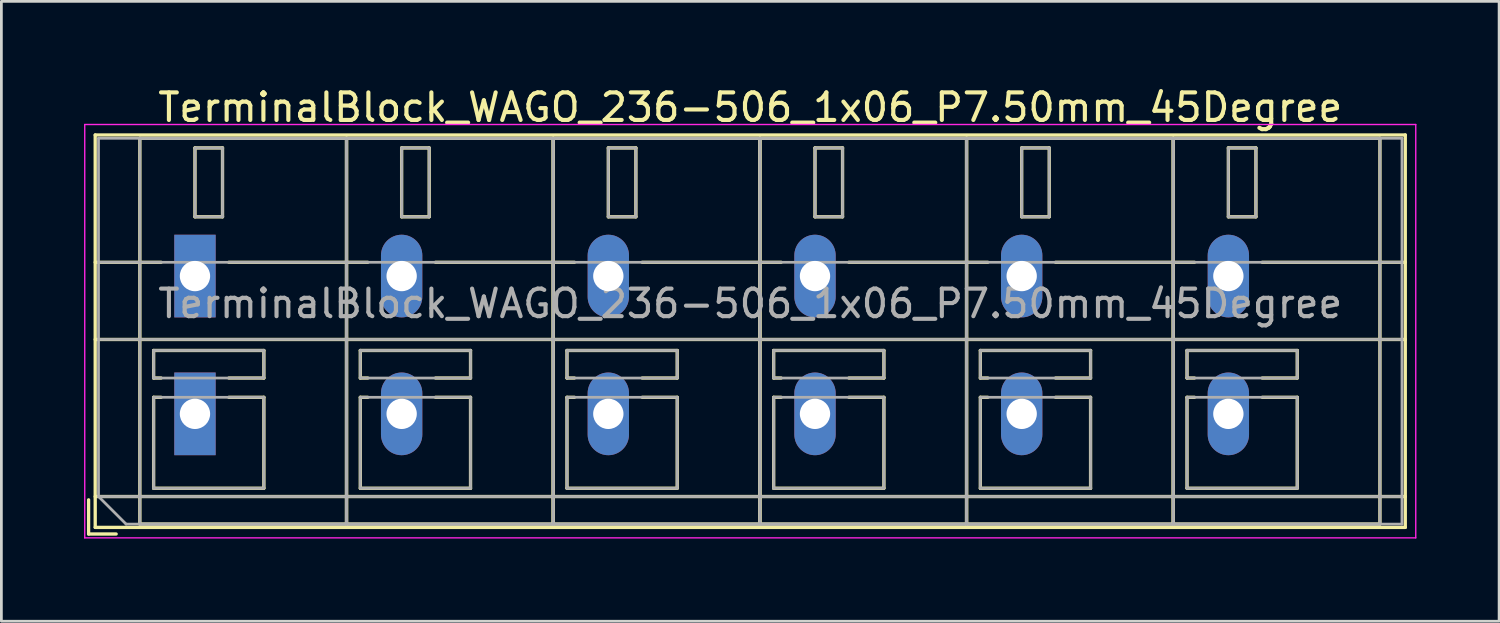
<source format=kicad_pcb>
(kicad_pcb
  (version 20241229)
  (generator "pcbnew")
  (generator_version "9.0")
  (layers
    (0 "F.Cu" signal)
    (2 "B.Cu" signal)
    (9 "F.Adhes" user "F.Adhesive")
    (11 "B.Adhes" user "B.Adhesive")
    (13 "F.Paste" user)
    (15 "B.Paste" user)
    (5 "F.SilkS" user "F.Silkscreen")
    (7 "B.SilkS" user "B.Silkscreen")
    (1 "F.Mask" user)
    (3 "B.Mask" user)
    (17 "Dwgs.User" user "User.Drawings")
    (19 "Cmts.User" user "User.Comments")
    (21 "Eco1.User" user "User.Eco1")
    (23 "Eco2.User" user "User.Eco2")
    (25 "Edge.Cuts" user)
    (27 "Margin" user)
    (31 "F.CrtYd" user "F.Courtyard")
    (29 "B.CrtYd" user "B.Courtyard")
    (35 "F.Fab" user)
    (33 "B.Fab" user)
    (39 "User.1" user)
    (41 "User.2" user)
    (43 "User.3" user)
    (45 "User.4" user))
  (footprint "TerminalBlock_WAGO_236-506_1x06_P7.50mm_45Degree"
    (layer "F.Cu")
    (at 4.025 6.968)
    (property "Reference" "TerminalBlock_WAGO_236-506_1x06_P7.50mm_45Degree" (at 20.15 -6.12 0) (layer "F.SilkS") (effects (font (size 1 1) (thickness 0.15))))
    (attr through_hole)
    (fp_line (start -3.86 8.12) (end -3.86 9.36) (stroke (width 0.12) (type solid)) (layer "F.SilkS"))
    (fp_line (start -3.86 9.36) (end -2.86 9.36) (stroke (width 0.12) (type solid)) (layer "F.SilkS"))
    (fp_line (start -3.62 -5.12) (end -3.62 9.12) (stroke (width 0.12) (type solid)) (layer "F.SilkS"))
    (fp_line (start -3.62 -5.12) (end 43.92 -5.12) (stroke (width 0.12) (type solid)) (layer "F.SilkS"))
    (fp_line (start -3.62 -0.5) (end -1.23 -0.5) (stroke (width 0.12) (type solid)) (layer "F.SilkS"))
    (fp_line (start -3.62 2.3) (end 43.92 2.3) (stroke (width 0.12) (type solid)) (layer "F.SilkS"))
    (fp_line (start -3.62 8) (end 43.92 8) (stroke (width 0.12) (type solid)) (layer "F.SilkS"))
    (fp_line (start -3.62 9.12) (end 43.92 9.12) (stroke (width 0.12) (type solid)) (layer "F.SilkS"))
    (fp_line (start -2 -5) (end -2 9) (stroke (width 0.12) (type solid)) (layer "F.SilkS"))
    (fp_line (start -2 -5) (end 5.5 -5) (stroke (width 0.12) (type solid)) (layer "F.SilkS"))
    (fp_line (start -2 9) (end 5.5 9) (stroke (width 0.12) (type solid)) (layer "F.SilkS"))
    (fp_line (start -1.5 2.7) (end -1.5 3.7) (stroke (width 0.12) (type solid)) (layer "F.SilkS"))
    (fp_line (start -1.5 2.7) (end 2.5 2.7) (stroke (width 0.12) (type solid)) (layer "F.SilkS"))
    (fp_line (start -1.5 3.7) (end -1.23 3.7) (stroke (width 0.12) (type solid)) (layer "F.SilkS"))
    (fp_line (start -1.5 4.4) (end -1.5 7.7) (stroke (width 0.12) (type solid)) (layer "F.SilkS"))
    (fp_line (start -1.5 4.4) (end -1.23 4.4) (stroke (width 0.12) (type solid)) (layer "F.SilkS"))
    (fp_line (start -1.5 7.7) (end 2.5 7.7) (stroke (width 0.12) (type solid)) (layer "F.SilkS"))
    (fp_line (start 0 -4.65) (end 0 -2.151) (stroke (width 0.12) (type solid)) (layer "F.SilkS"))
    (fp_line (start 0 -4.65) (end 1 -4.65) (stroke (width 0.12) (type solid)) (layer "F.SilkS"))
    (fp_line (start 0 -2.151) (end 1 -2.151) (stroke (width 0.12) (type solid)) (layer "F.SilkS"))
    (fp_line (start 1 -4.65) (end 1 -2.151) (stroke (width 0.12) (type solid)) (layer "F.SilkS"))
    (fp_line (start 1.23 -0.5) (end 6.27 -0.5) (stroke (width 0.12) (type solid)) (layer "F.SilkS"))
    (fp_line (start 1.23 3.7) (end 2.5 3.7) (stroke (width 0.12) (type solid)) (layer "F.SilkS"))
    (fp_line (start 1.23 4.4) (end 2.5 4.4) (stroke (width 0.12) (type solid)) (layer "F.SilkS"))
    (fp_line (start 2.5 2.7) (end 2.5 3.7) (stroke (width 0.12) (type solid)) (layer "F.SilkS"))
    (fp_line (start 2.5 4.4) (end 2.5 7.7) (stroke (width 0.12) (type solid)) (layer "F.SilkS"))
    (fp_line (start 5.5 -5) (end 5.5 9) (stroke (width 0.12) (type solid)) (layer "F.SilkS"))
    (fp_line (start 5.5 -5) (end 5.5 9) (stroke (width 0.12) (type solid)) (layer "F.SilkS"))
    (fp_line (start 5.5 -5) (end 13 -5) (stroke (width 0.12) (type solid)) (layer "F.SilkS"))
    (fp_line (start 5.5 9) (end 13 9) (stroke (width 0.12) (type solid)) (layer "F.SilkS"))
    (fp_line (start 6 2.7) (end 6 3.7) (stroke (width 0.12) (type solid)) (layer "F.SilkS"))
    (fp_line (start 6 2.7) (end 10 2.7) (stroke (width 0.12) (type solid)) (layer "F.SilkS"))
    (fp_line (start 6 3.7) (end 6.27 3.7) (stroke (width 0.12) (type solid)) (layer "F.SilkS"))
    (fp_line (start 6 4.4) (end 6 7.7) (stroke (width 0.12) (type solid)) (layer "F.SilkS"))
    (fp_line (start 6 4.4) (end 6.27 4.4) (stroke (width 0.12) (type solid)) (layer "F.SilkS"))
    (fp_line (start 6 7.7) (end 10 7.7) (stroke (width 0.12) (type solid)) (layer "F.SilkS"))
    (fp_line (start 7.5 -4.65) (end 7.5 -2.151) (stroke (width 0.12) (type solid)) (layer "F.SilkS"))
    (fp_line (start 7.5 -4.65) (end 8.5 -4.65) (stroke (width 0.12) (type solid)) (layer "F.SilkS"))
    (fp_line (start 7.5 -2.151) (end 8.5 -2.151) (stroke (width 0.12) (type solid)) (layer "F.SilkS"))
    (fp_line (start 8.5 -4.65) (end 8.5 -2.151) (stroke (width 0.12) (type solid)) (layer "F.SilkS"))
    (fp_line (start 8.73 -0.5) (end 13.77 -0.5) (stroke (width 0.12) (type solid)) (layer "F.SilkS"))
    (fp_line (start 8.73 3.7) (end 10 3.7) (stroke (width 0.12) (type solid)) (layer "F.SilkS"))
    (fp_line (start 8.73 4.4) (end 10 4.4) (stroke (width 0.12) (type solid)) (layer "F.SilkS"))
    (fp_line (start 10 2.7) (end 10 3.7) (stroke (width 0.12) (type solid)) (layer "F.SilkS"))
    (fp_line (start 10 4.4) (end 10 7.7) (stroke (width 0.12) (type solid)) (layer "F.SilkS"))
    (fp_line (start 13 -5) (end 13 9) (stroke (width 0.12) (type solid)) (layer "F.SilkS"))
    (fp_line (start 13 -5) (end 13 9) (stroke (width 0.12) (type solid)) (layer "F.SilkS"))
    (fp_line (start 13 -5) (end 20.5 -5) (stroke (width 0.12) (type solid)) (layer "F.SilkS"))
    (fp_line (start 13 9) (end 20.5 9) (stroke (width 0.12) (type solid)) (layer "F.SilkS"))
    (fp_line (start 13.5 2.7) (end 13.5 3.7) (stroke (width 0.12) (type solid)) (layer "F.SilkS"))
    (fp_line (start 13.5 2.7) (end 17.5 2.7) (stroke (width 0.12) (type solid)) (layer "F.SilkS"))
    (fp_line (start 13.5 3.7) (end 13.77 3.7) (stroke (width 0.12) (type solid)) (layer "F.SilkS"))
    (fp_line (start 13.5 4.4) (end 13.5 7.7) (stroke (width 0.12) (type solid)) (layer "F.SilkS"))
    (fp_line (start 13.5 4.4) (end 13.77 4.4) (stroke (width 0.12) (type solid)) (layer "F.SilkS"))
    (fp_line (start 13.5 7.7) (end 17.5 7.7) (stroke (width 0.12) (type solid)) (layer "F.SilkS"))
    (fp_line (start 15 -4.65) (end 15 -2.151) (stroke (width 0.12) (type solid)) (layer "F.SilkS"))
    (fp_line (start 15 -4.65) (end 16 -4.65) (stroke (width 0.12) (type solid)) (layer "F.SilkS"))
    (fp_line (start 15 -2.151) (end 16 -2.151) (stroke (width 0.12) (type solid)) (layer "F.SilkS"))
    (fp_line (start 16 -4.65) (end 16 -2.151) (stroke (width 0.12) (type solid)) (layer "F.SilkS"))
    (fp_line (start 16.23 -0.5) (end 21.27 -0.5) (stroke (width 0.12) (type solid)) (layer "F.SilkS"))
    (fp_line (start 16.23 3.7) (end 17.5 3.7) (stroke (width 0.12) (type solid)) (layer "F.SilkS"))
    (fp_line (start 16.23 4.4) (end 17.5 4.4) (stroke (width 0.12) (type solid)) (layer "F.SilkS"))
    (fp_line (start 17.5 2.7) (end 17.5 3.7) (stroke (width 0.12) (type solid)) (layer "F.SilkS"))
    (fp_line (start 17.5 4.4) (end 17.5 7.7) (stroke (width 0.12) (type solid)) (layer "F.SilkS"))
    (fp_line (start 20.5 -5) (end 20.5 9) (stroke (width 0.12) (type solid)) (layer "F.SilkS"))
    (fp_line (start 20.5 -5) (end 20.5 9) (stroke (width 0.12) (type solid)) (layer "F.SilkS"))
    (fp_line (start 20.5 -5) (end 28 -5) (stroke (width 0.12) (type solid)) (layer "F.SilkS"))
    (fp_line (start 20.5 9) (end 28 9) (stroke (width 0.12) (type solid)) (layer "F.SilkS"))
    (fp_line (start 21 2.7) (end 21 3.7) (stroke (width 0.12) (type solid)) (layer "F.SilkS"))
    (fp_line (start 21 2.7) (end 25 2.7) (stroke (width 0.12) (type solid)) (layer "F.SilkS"))
    (fp_line (start 21 3.7) (end 21.27 3.7) (stroke (width 0.12) (type solid)) (layer "F.SilkS"))
    (fp_line (start 21 4.4) (end 21 7.7) (stroke (width 0.12) (type solid)) (layer "F.SilkS"))
    (fp_line (start 21 4.4) (end 21.27 4.4) (stroke (width 0.12) (type solid)) (layer "F.SilkS"))
    (fp_line (start 21 7.7) (end 25 7.7) (stroke (width 0.12) (type solid)) (layer "F.SilkS"))
    (fp_line (start 22.5 -4.65) (end 22.5 -2.151) (stroke (width 0.12) (type solid)) (layer "F.SilkS"))
    (fp_line (start 22.5 -4.65) (end 23.5 -4.65) (stroke (width 0.12) (type solid)) (layer "F.SilkS"))
    (fp_line (start 22.5 -2.151) (end 23.5 -2.151) (stroke (width 0.12) (type solid)) (layer "F.SilkS"))
    (fp_line (start 23.5 -4.65) (end 23.5 -2.151) (stroke (width 0.12) (type solid)) (layer "F.SilkS"))
    (fp_line (start 23.73 -0.5) (end 28.77 -0.5) (stroke (width 0.12) (type solid)) (layer "F.SilkS"))
    (fp_line (start 23.73 3.7) (end 25 3.7) (stroke (width 0.12) (type solid)) (layer "F.SilkS"))
    (fp_line (start 23.73 4.4) (end 25 4.4) (stroke (width 0.12) (type solid)) (layer "F.SilkS"))
    (fp_line (start 25 2.7) (end 25 3.7) (stroke (width 0.12) (type solid)) (layer "F.SilkS"))
    (fp_line (start 25 4.4) (end 25 7.7) (stroke (width 0.12) (type solid)) (layer "F.SilkS"))
    (fp_line (start 28 -5) (end 28 9) (stroke (width 0.12) (type solid)) (layer "F.SilkS"))
    (fp_line (start 28 -5) (end 28 9) (stroke (width 0.12) (type solid)) (layer "F.SilkS"))
    (fp_line (start 28 -5) (end 35.5 -5) (stroke (width 0.12) (type solid)) (layer "F.SilkS"))
    (fp_line (start 28 9) (end 35.5 9) (stroke (width 0.12) (type solid)) (layer "F.SilkS"))
    (fp_line (start 28.5 2.7) (end 28.5 3.7) (stroke (width 0.12) (type solid)) (layer "F.SilkS"))
    (fp_line (start 28.5 2.7) (end 32.5 2.7) (stroke (width 0.12) (type solid)) (layer "F.SilkS"))
    (fp_line (start 28.5 3.7) (end 28.77 3.7) (stroke (width 0.12) (type solid)) (layer "F.SilkS"))
    (fp_line (start 28.5 4.4) (end 28.5 7.7) (stroke (width 0.12) (type solid)) (layer "F.SilkS"))
    (fp_line (start 28.5 4.4) (end 28.77 4.4) (stroke (width 0.12) (type solid)) (layer "F.SilkS"))
    (fp_line (start 28.5 7.7) (end 32.5 7.7) (stroke (width 0.12) (type solid)) (layer "F.SilkS"))
    (fp_line (start 30 -4.65) (end 30 -2.151) (stroke (width 0.12) (type solid)) (layer "F.SilkS"))
    (fp_line (start 30 -4.65) (end 31 -4.65) (stroke (width 0.12) (type solid)) (layer "F.SilkS"))
    (fp_line (start 30 -2.151) (end 31 -2.151) (stroke (width 0.12) (type solid)) (layer "F.SilkS"))
    (fp_line (start 31 -4.65) (end 31 -2.151) (stroke (width 0.12) (type solid)) (layer "F.SilkS"))
    (fp_line (start 31.23 -0.5) (end 36.27 -0.5) (stroke (width 0.12) (type solid)) (layer "F.SilkS"))
    (fp_line (start 31.23 3.7) (end 32.5 3.7) (stroke (width 0.12) (type solid)) (layer "F.SilkS"))
    (fp_line (start 31.23 4.4) (end 32.5 4.4) (stroke (width 0.12) (type solid)) (layer "F.SilkS"))
    (fp_line (start 32.5 2.7) (end 32.5 3.7) (stroke (width 0.12) (type solid)) (layer "F.SilkS"))
    (fp_line (start 32.5 4.4) (end 32.5 7.7) (stroke (width 0.12) (type solid)) (layer "F.SilkS"))
    (fp_line (start 35.5 -5) (end 35.5 9) (stroke (width 0.12) (type solid)) (layer "F.SilkS"))
    (fp_line (start 35.5 -5) (end 35.5 9) (stroke (width 0.12) (type solid)) (layer "F.SilkS"))
    (fp_line (start 35.5 -5) (end 43 -5) (stroke (width 0.12) (type solid)) (layer "F.SilkS"))
    (fp_line (start 35.5 9) (end 43 9) (stroke (width 0.12) (type solid)) (layer "F.SilkS"))
    (fp_line (start 36 2.7) (end 36 3.7) (stroke (width 0.12) (type solid)) (layer "F.SilkS"))
    (fp_line (start 36 2.7) (end 40 2.7) (stroke (width 0.12) (type solid)) (layer "F.SilkS"))
    (fp_line (start 36 3.7) (end 36.27 3.7) (stroke (width 0.12) (type solid)) (layer "F.SilkS"))
    (fp_line (start 36 4.4) (end 36 7.7) (stroke (width 0.12) (type solid)) (layer "F.SilkS"))
    (fp_line (start 36 4.4) (end 36.27 4.4) (stroke (width 0.12) (type solid)) (layer "F.SilkS"))
    (fp_line (start 36 7.7) (end 40 7.7) (stroke (width 0.12) (type solid)) (layer "F.SilkS"))
    (fp_line (start 37.5 -4.65) (end 37.5 -2.151) (stroke (width 0.12) (type solid)) (layer "F.SilkS"))
    (fp_line (start 37.5 -4.65) (end 38.5 -4.65) (stroke (width 0.12) (type solid)) (layer "F.SilkS"))
    (fp_line (start 37.5 -2.151) (end 38.5 -2.151) (stroke (width 0.12) (type solid)) (layer "F.SilkS"))
    (fp_line (start 38.5 -4.65) (end 38.5 -2.151) (stroke (width 0.12) (type solid)) (layer "F.SilkS"))
    (fp_line (start 38.73 -0.5) (end 43.92 -0.5) (stroke (width 0.12) (type solid)) (layer "F.SilkS"))
    (fp_line (start 38.73 3.7) (end 40 3.7) (stroke (width 0.12) (type solid)) (layer "F.SilkS"))
    (fp_line (start 38.73 4.4) (end 40 4.4) (stroke (width 0.12) (type solid)) (layer "F.SilkS"))
    (fp_line (start 40 2.7) (end 40 3.7) (stroke (width 0.12) (type solid)) (layer "F.SilkS"))
    (fp_line (start 40 4.4) (end 40 7.7) (stroke (width 0.12) (type solid)) (layer "F.SilkS"))
    (fp_line (start 43 -5) (end 43 9) (stroke (width 0.12) (type solid)) (layer "F.SilkS"))
    (fp_line (start 43.92 -5.12) (end 43.92 9.12) (stroke (width 0.12) (type solid)) (layer "F.SilkS"))
    (fp_line (start -4 -5.5) (end -4 9.5) (stroke (width 0.05) (type solid)) (layer "F.CrtYd"))
    (fp_line (start -4 9.5) (end 44.3 9.5) (stroke (width 0.05) (type solid)) (layer "F.CrtYd"))
    (fp_line (start 44.3 -5.5) (end -4 -5.5) (stroke (width 0.05) (type solid)) (layer "F.CrtYd"))
    (fp_line (start 44.3 9.5) (end 44.3 -5.5) (stroke (width 0.05) (type solid)) (layer "F.CrtYd"))
    (fp_line (start -3.5 -5) (end 43.8 -5) (stroke (width 0.1) (type solid)) (layer "F.Fab"))
    (fp_line (start -3.5 -0.5) (end 43.8 -0.5) (stroke (width 0.1) (type solid)) (layer "F.Fab"))
    (fp_line (start -3.5 2.3) (end 43.8 2.3) (stroke (width 0.1) (type solid)) (layer "F.Fab"))
    (fp_line (start -3.5 8) (end -3.5 -5) (stroke (width 0.1) (type solid)) (layer "F.Fab"))
    (fp_line (start -3.5 8) (end 43.8 8) (stroke (width 0.1) (type solid)) (layer "F.Fab"))
    (fp_line (start -2.5 9) (end -3.5 8) (stroke (width 0.1) (type solid)) (layer "F.Fab"))
    (fp_line (start -2 -5) (end -2 9) (stroke (width 0.1) (type solid)) (layer "F.Fab"))
    (fp_line (start -2 9) (end 5.5 9) (stroke (width 0.1) (type solid)) (layer "F.Fab"))
    (fp_line (start -1.5 2.7) (end -1.5 3.7) (stroke (width 0.1) (type solid)) (layer "F.Fab"))
    (fp_line (start -1.5 3.7) (end 2.5 3.7) (stroke (width 0.1) (type solid)) (layer "F.Fab"))
    (fp_line (start -1.5 4.4) (end -1.5 7.7) (stroke (width 0.1) (type solid)) (layer "F.Fab"))
    (fp_line (start -1.5 7.7) (end 2.5 7.7) (stroke (width 0.1) (type solid)) (layer "F.Fab"))
    (fp_line (start 0 -4.65) (end 0 -2.15) (stroke (width 0.1) (type solid)) (layer "F.Fab"))
    (fp_line (start 0 -2.15) (end 1 -2.15) (stroke (width 0.1) (type solid)) (layer "F.Fab"))
    (fp_line (start 1 -4.65) (end 0 -4.65) (stroke (width 0.1) (type solid)) (layer "F.Fab"))
    (fp_line (start 1 -2.15) (end 1 -4.65) (stroke (width 0.1) (type solid)) (layer "F.Fab"))
    (fp_line (start 2.5 2.7) (end -1.5 2.7) (stroke (width 0.1) (type solid)) (layer "F.Fab"))
    (fp_line (start 2.5 3.7) (end 2.5 2.7) (stroke (width 0.1) (type solid)) (layer "F.Fab"))
    (fp_line (start 2.5 4.4) (end -1.5 4.4) (stroke (width 0.1) (type solid)) (layer "F.Fab"))
    (fp_line (start 2.5 7.7) (end 2.5 4.4) (stroke (width 0.1) (type solid)) (layer "F.Fab"))
    (fp_line (start 5.5 -5) (end -2 -5) (stroke (width 0.1) (type solid)) (layer "F.Fab"))
    (fp_line (start 5.5 -5) (end 5.5 9) (stroke (width 0.1) (type solid)) (layer "F.Fab"))
    (fp_line (start 5.5 9) (end 5.5 -5) (stroke (width 0.1) (type solid)) (layer "F.Fab"))
    (fp_line (start 5.5 9) (end 13 9) (stroke (width 0.1) (type solid)) (layer "F.Fab"))
    (fp_line (start 6 2.7) (end 6 3.7) (stroke (width 0.1) (type solid)) (layer "F.Fab"))
    (fp_line (start 6 3.7) (end 10 3.7) (stroke (width 0.1) (type solid)) (layer "F.Fab"))
    (fp_line (start 6 4.4) (end 6 7.7) (stroke (width 0.1) (type solid)) (layer "F.Fab"))
    (fp_line (start 6 7.7) (end 10 7.7) (stroke (width 0.1) (type solid)) (layer "F.Fab"))
    (fp_line (start 7.5 -4.65) (end 7.5 -2.15) (stroke (width 0.1) (type solid)) (layer "F.Fab"))
    (fp_line (start 7.5 -2.15) (end 8.5 -2.15) (stroke (width 0.1) (type solid)) (layer "F.Fab"))
    (fp_line (start 8.5 -4.65) (end 7.5 -4.65) (stroke (width 0.1) (type solid)) (layer "F.Fab"))
    (fp_line (start 8.5 -2.15) (end 8.5 -4.65) (stroke (width 0.1) (type solid)) (layer "F.Fab"))
    (fp_line (start 10 2.7) (end 6 2.7) (stroke (width 0.1) (type solid)) (layer "F.Fab"))
    (fp_line (start 10 3.7) (end 10 2.7) (stroke (width 0.1) (type solid)) (layer "F.Fab"))
    (fp_line (start 10 4.4) (end 6 4.4) (stroke (width 0.1) (type solid)) (layer "F.Fab"))
    (fp_line (start 10 7.7) (end 10 4.4) (stroke (width 0.1) (type solid)) (layer "F.Fab"))
    (fp_line (start 13 -5) (end 5.5 -5) (stroke (width 0.1) (type solid)) (layer "F.Fab"))
    (fp_line (start 13 -5) (end 13 9) (stroke (width 0.1) (type solid)) (layer "F.Fab"))
    (fp_line (start 13 9) (end 13 -5) (stroke (width 0.1) (type solid)) (layer "F.Fab"))
    (fp_line (start 13 9) (end 20.5 9) (stroke (width 0.1) (type solid)) (layer "F.Fab"))
    (fp_line (start 13.5 2.7) (end 13.5 3.7) (stroke (width 0.1) (type solid)) (layer "F.Fab"))
    (fp_line (start 13.5 3.7) (end 17.5 3.7) (stroke (width 0.1) (type solid)) (layer "F.Fab"))
    (fp_line (start 13.5 4.4) (end 13.5 7.7) (stroke (width 0.1) (type solid)) (layer "F.Fab"))
    (fp_line (start 13.5 7.7) (end 17.5 7.7) (stroke (width 0.1) (type solid)) (layer "F.Fab"))
    (fp_line (start 15 -4.65) (end 15 -2.15) (stroke (width 0.1) (type solid)) (layer "F.Fab"))
    (fp_line (start 15 -2.15) (end 16 -2.15) (stroke (width 0.1) (type solid)) (layer "F.Fab"))
    (fp_line (start 16 -4.65) (end 15 -4.65) (stroke (width 0.1) (type solid)) (layer "F.Fab"))
    (fp_line (start 16 -2.15) (end 16 -4.65) (stroke (width 0.1) (type solid)) (layer "F.Fab"))
    (fp_line (start 17.5 2.7) (end 13.5 2.7) (stroke (width 0.1) (type solid)) (layer "F.Fab"))
    (fp_line (start 17.5 3.7) (end 17.5 2.7) (stroke (width 0.1) (type solid)) (layer "F.Fab"))
    (fp_line (start 17.5 4.4) (end 13.5 4.4) (stroke (width 0.1) (type solid)) (layer "F.Fab"))
    (fp_line (start 17.5 7.7) (end 17.5 4.4) (stroke (width 0.1) (type solid)) (layer "F.Fab"))
    (fp_line (start 20.5 -5) (end 13 -5) (stroke (width 0.1) (type solid)) (layer "F.Fab"))
    (fp_line (start 20.5 -5) (end 20.5 9) (stroke (width 0.1) (type solid)) (layer "F.Fab"))
    (fp_line (start 20.5 9) (end 20.5 -5) (stroke (width 0.1) (type solid)) (layer "F.Fab"))
    (fp_line (start 20.5 9) (end 28 9) (stroke (width 0.1) (type solid)) (layer "F.Fab"))
    (fp_line (start 21 2.7) (end 21 3.7) (stroke (width 0.1) (type solid)) (layer "F.Fab"))
    (fp_line (start 21 3.7) (end 25 3.7) (stroke (width 0.1) (type solid)) (layer "F.Fab"))
    (fp_line (start 21 4.4) (end 21 7.7) (stroke (width 0.1) (type solid)) (layer "F.Fab"))
    (fp_line (start 21 7.7) (end 25 7.7) (stroke (width 0.1) (type solid)) (layer "F.Fab"))
    (fp_line (start 22.5 -4.65) (end 22.5 -2.15) (stroke (width 0.1) (type solid)) (layer "F.Fab"))
    (fp_line (start 22.5 -2.15) (end 23.5 -2.15) (stroke (width 0.1) (type solid)) (layer "F.Fab"))
    (fp_line (start 23.5 -4.65) (end 22.5 -4.65) (stroke (width 0.1) (type solid)) (layer "F.Fab"))
    (fp_line (start 23.5 -2.15) (end 23.5 -4.65) (stroke (width 0.1) (type solid)) (layer "F.Fab"))
    (fp_line (start 25 2.7) (end 21 2.7) (stroke (width 0.1) (type solid)) (layer "F.Fab"))
    (fp_line (start 25 3.7) (end 25 2.7) (stroke (width 0.1) (type solid)) (layer "F.Fab"))
    (fp_line (start 25 4.4) (end 21 4.4) (stroke (width 0.1) (type solid)) (layer "F.Fab"))
    (fp_line (start 25 7.7) (end 25 4.4) (stroke (width 0.1) (type solid)) (layer "F.Fab"))
    (fp_line (start 28 -5) (end 20.5 -5) (stroke (width 0.1) (type solid)) (layer "F.Fab"))
    (fp_line (start 28 -5) (end 28 9) (stroke (width 0.1) (type solid)) (layer "F.Fab"))
    (fp_line (start 28 9) (end 28 -5) (stroke (width 0.1) (type solid)) (layer "F.Fab"))
    (fp_line (start 28 9) (end 35.5 9) (stroke (width 0.1) (type solid)) (layer "F.Fab"))
    (fp_line (start 28.5 2.7) (end 28.5 3.7) (stroke (width 0.1) (type solid)) (layer "F.Fab"))
    (fp_line (start 28.5 3.7) (end 32.5 3.7) (stroke (width 0.1) (type solid)) (layer "F.Fab"))
    (fp_line (start 28.5 4.4) (end 28.5 7.7) (stroke (width 0.1) (type solid)) (layer "F.Fab"))
    (fp_line (start 28.5 7.7) (end 32.5 7.7) (stroke (width 0.1) (type solid)) (layer "F.Fab"))
    (fp_line (start 30 -4.65) (end 30 -2.15) (stroke (width 0.1) (type solid)) (layer "F.Fab"))
    (fp_line (start 30 -2.15) (end 31 -2.15) (stroke (width 0.1) (type solid)) (layer "F.Fab"))
    (fp_line (start 31 -4.65) (end 30 -4.65) (stroke (width 0.1) (type solid)) (layer "F.Fab"))
    (fp_line (start 31 -2.15) (end 31 -4.65) (stroke (width 0.1) (type solid)) (layer "F.Fab"))
    (fp_line (start 32.5 2.7) (end 28.5 2.7) (stroke (width 0.1) (type solid)) (layer "F.Fab"))
    (fp_line (start 32.5 3.7) (end 32.5 2.7) (stroke (width 0.1) (type solid)) (layer "F.Fab"))
    (fp_line (start 32.5 4.4) (end 28.5 4.4) (stroke (width 0.1) (type solid)) (layer "F.Fab"))
    (fp_line (start 32.5 7.7) (end 32.5 4.4) (stroke (width 0.1) (type solid)) (layer "F.Fab"))
    (fp_line (start 35.5 -5) (end 28 -5) (stroke (width 0.1) (type solid)) (layer "F.Fab"))
    (fp_line (start 35.5 -5) (end 35.5 9) (stroke (width 0.1) (type solid)) (layer "F.Fab"))
    (fp_line (start 35.5 9) (end 35.5 -5) (stroke (width 0.1) (type solid)) (layer "F.Fab"))
    (fp_line (start 35.5 9) (end 43 9) (stroke (width 0.1) (type solid)) (layer "F.Fab"))
    (fp_line (start 36 2.7) (end 36 3.7) (stroke (width 0.1) (type solid)) (layer "F.Fab"))
    (fp_line (start 36 3.7) (end 40 3.7) (stroke (width 0.1) (type solid)) (layer "F.Fab"))
    (fp_line (start 36 4.4) (end 36 7.7) (stroke (width 0.1) (type solid)) (layer "F.Fab"))
    (fp_line (start 36 7.7) (end 40 7.7) (stroke (width 0.1) (type solid)) (layer "F.Fab"))
    (fp_line (start 37.5 -4.65) (end 37.5 -2.15) (stroke (width 0.1) (type solid)) (layer "F.Fab"))
    (fp_line (start 37.5 -2.15) (end 38.5 -2.15) (stroke (width 0.1) (type solid)) (layer "F.Fab"))
    (fp_line (start 38.5 -4.65) (end 37.5 -4.65) (stroke (width 0.1) (type solid)) (layer "F.Fab"))
    (fp_line (start 38.5 -2.15) (end 38.5 -4.65) (stroke (width 0.1) (type solid)) (layer "F.Fab"))
    (fp_line (start 40 2.7) (end 36 2.7) (stroke (width 0.1) (type solid)) (layer "F.Fab"))
    (fp_line (start 40 3.7) (end 40 2.7) (stroke (width 0.1) (type solid)) (layer "F.Fab"))
    (fp_line (start 40 4.4) (end 36 4.4) (stroke (width 0.1) (type solid)) (layer "F.Fab"))
    (fp_line (start 40 7.7) (end 40 4.4) (stroke (width 0.1) (type solid)) (layer "F.Fab"))
    (fp_line (start 43 -5) (end 35.5 -5) (stroke (width 0.1) (type solid)) (layer "F.Fab"))
    (fp_line (start 43 9) (end 43 -5) (stroke (width 0.1) (type solid)) (layer "F.Fab"))
    (fp_line (start 43.8 -5) (end 43.8 9) (stroke (width 0.1) (type solid)) (layer "F.Fab"))
    (fp_line (start 43.8 9) (end -2.5 9) (stroke (width 0.1) (type solid)) (layer "F.Fab"))
    (fp_text user "${REFERENCE}" (at 20.15 1 0) (layer "F.Fab") (effects (font (size 1 1) (thickness 0.15))))
    (pad "1" thru_hole rect (at 0 0) (size 1.5 3) (drill 1.1) (layers "*.Cu" "*.Mask"))
    (pad "1" thru_hole rect (at 0 5) (size 1.5 3) (drill 1.1) (layers "*.Cu" "*.Mask"))
    (pad "2" thru_hole oval (at 7.5 0) (size 1.5 3) (drill 1.1) (layers "*.Cu" "*.Mask"))
    (pad "2" thru_hole oval (at 7.5 5) (size 1.5 3) (drill 1.1) (layers "*.Cu" "*.Mask"))
    (pad "3" thru_hole oval (at 15 0) (size 1.5 3) (drill 1.1) (layers "*.Cu" "*.Mask"))
    (pad "3" thru_hole oval (at 15 5) (size 1.5 3) (drill 1.1) (layers "*.Cu" "*.Mask"))
    (pad "4" thru_hole oval (at 22.5 0) (size 1.5 3) (drill 1.1) (layers "*.Cu" "*.Mask"))
    (pad "4" thru_hole oval (at 22.5 5) (size 1.5 3) (drill 1.1) (layers "*.Cu" "*.Mask"))
    (pad "5" thru_hole oval (at 30 0) (size 1.5 3) (drill 1.1) (layers "*.Cu" "*.Mask"))
    (pad "5" thru_hole oval (at 30 5) (size 1.5 3) (drill 1.1) (layers "*.Cu" "*.Mask"))
    (pad "6" thru_hole oval (at 37.5 0) (size 1.5 3) (drill 1.1) (layers "*.Cu" "*.Mask"))
    (pad "6" thru_hole oval (at 37.5 5) (size 1.5 3) (drill 1.1) (layers "*.Cu" "*.Mask")))
  (gr_rect
    (start -3 -3)
    (end 51.35 19.493)
    (stroke (width 0.1) (type default))
    (fill no)
    (layer "Edge.Cuts")))
</source>
